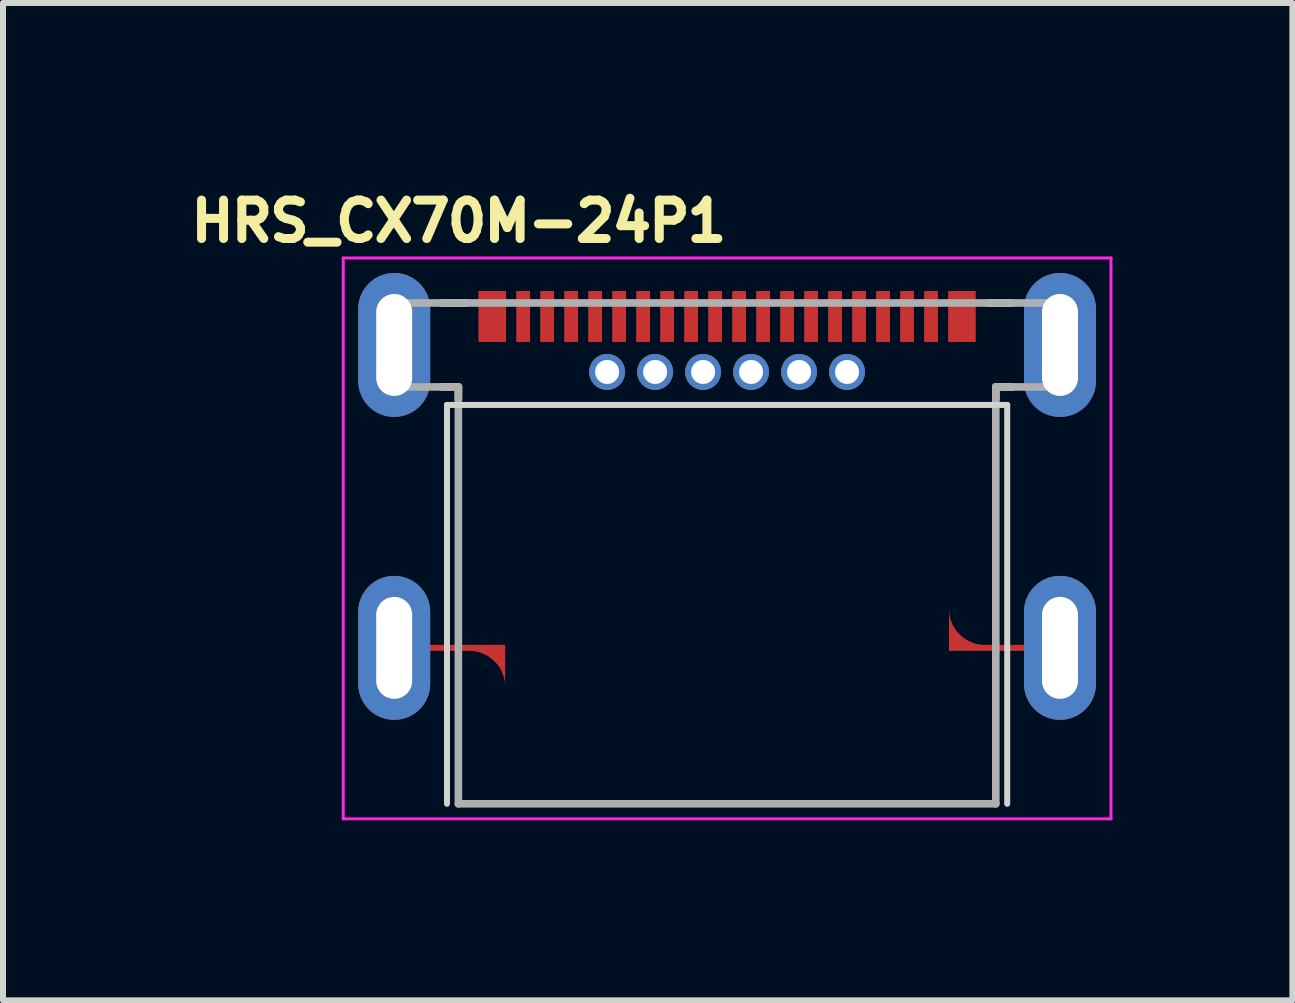
<source format=kicad_pcb>
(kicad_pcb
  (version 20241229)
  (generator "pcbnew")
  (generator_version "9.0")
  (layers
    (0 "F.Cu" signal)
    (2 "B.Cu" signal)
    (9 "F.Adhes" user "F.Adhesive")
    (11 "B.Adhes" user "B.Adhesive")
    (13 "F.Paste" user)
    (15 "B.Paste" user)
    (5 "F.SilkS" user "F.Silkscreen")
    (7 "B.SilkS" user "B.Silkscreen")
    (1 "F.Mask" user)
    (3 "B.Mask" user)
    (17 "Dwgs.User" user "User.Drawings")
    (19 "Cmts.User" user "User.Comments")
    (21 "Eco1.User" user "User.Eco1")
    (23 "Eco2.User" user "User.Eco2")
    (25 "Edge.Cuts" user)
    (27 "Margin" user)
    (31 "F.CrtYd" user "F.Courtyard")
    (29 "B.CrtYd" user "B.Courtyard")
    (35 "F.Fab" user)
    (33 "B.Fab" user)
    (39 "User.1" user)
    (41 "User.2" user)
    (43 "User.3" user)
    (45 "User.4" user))
  (footprint "HRS_CX70M-24P1"
    (layer "F.Cu")
    (at 9.072 7.97)
    (property "Reference" "HRS_CX70M-24P1" (at -4.473 -7.332 0) (layer "F.SilkS") (effects (font (size 0.641 0.641) (thickness 0.15))))
    (attr through_hole)
    (fp_poly (pts (xy -5.607 -1.519) (xy -4.75 -1.519) (xy -4.75 1.083) (xy -5.607 1.083)) (stroke (width 0.01) (type solid)) (fill yes) (layer "F.Mask"))
    (fp_poly (pts (xy 4.75 -1.519) (xy 5.55 -1.519) (xy 5.55 1.081) (xy 4.75 1.081)) (stroke (width 0.01) (type solid)) (fill yes) (layer "F.Mask"))
    (fp_line (start -4.75 -5.969) (end -4.35 -5.969) (stroke (width 0.127) (type solid)) (layer "F.SilkS"))
    (fp_line (start -4.75 -4.569) (end -4.48 -4.569) (stroke (width 0.127) (type solid)) (layer "F.SilkS"))
    (fp_line (start -4.48 -4.569) (end -4.48 -4.369) (stroke (width 0.127) (type solid)) (layer "F.SilkS"))
    (fp_line (start 4.35 -5.969) (end 4.75 -5.969) (stroke (width 0.127) (type solid)) (layer "F.SilkS"))
    (fp_line (start 4.48 -4.569) (end 4.48 -4.369) (stroke (width 0.127) (type solid)) (layer "F.SilkS"))
    (fp_line (start 4.75 -4.569) (end 4.48 -4.569) (stroke (width 0.127) (type solid)) (layer "F.SilkS"))
    (fp_poly (pts (xy -5.55 -1.419) (xy -4.85 -1.419) (xy -4.85 0.981) (xy -5.55 0.981) (xy -5.519 0.98) (xy -5.487 0.978) (xy -5.456 0.974) (xy -5.425 0.968) (xy -5.395 0.961) (xy -5.365 0.952) (xy -5.335 0.941) (xy -5.306 0.929) (xy -5.278 0.916) (xy -5.25 0.901) (xy -5.223 0.884) (xy -5.197 0.866) (xy -5.172 0.847) (xy -5.149 0.827) (xy -5.126 0.805) (xy -5.104 0.782) (xy -5.084 0.759) (xy -5.065 0.734) (xy -5.047 0.708) (xy -5.03 0.681) (xy -5.015 0.653) (xy -5.002 0.625) (xy -4.99 0.596) (xy -4.979 0.566) (xy -4.97 0.536) (xy -4.963 0.506) (xy -4.957 0.475) (xy -4.953 0.444) (xy -4.951 0.412) (xy -4.95 0.381) (xy -4.95 -0.819) (xy -4.951 -0.85) (xy -4.953 -0.882) (xy -4.957 -0.913) (xy -4.963 -0.944) (xy -4.97 -0.974) (xy -4.979 -1.004) (xy -4.99 -1.034) (xy -5.002 -1.063) (xy -5.015 -1.091) (xy -5.03 -1.119) (xy -5.047 -1.146) (xy -5.065 -1.172) (xy -5.084 -1.197) (xy -5.104 -1.22) (xy -5.126 -1.243) (xy -5.149 -1.265) (xy -5.172 -1.285) (xy -5.197 -1.304) (xy -5.223 -1.322) (xy -5.25 -1.339) (xy -5.278 -1.354) (xy -5.306 -1.367) (xy -5.335 -1.379) (xy -5.365 -1.39) (xy -5.395 -1.399) (xy -5.425 -1.406) (xy -5.456 -1.412) (xy -5.487 -1.416) (xy -5.519 -1.418) (xy -5.55 -1.419)) (stroke (width 0.0001) (type solid)) (fill yes) (layer "F.Paste"))
    (fp_poly (pts (xy 5.55 -1.419) (xy 4.85 -1.419) (xy 4.85 0.981) (xy 5.55 0.981) (xy 5.519 0.98) (xy 5.487 0.978) (xy 5.456 0.974) (xy 5.425 0.968) (xy 5.395 0.961) (xy 5.365 0.952) (xy 5.335 0.941) (xy 5.306 0.929) (xy 5.278 0.916) (xy 5.25 0.901) (xy 5.223 0.884) (xy 5.197 0.866) (xy 5.172 0.847) (xy 5.149 0.827) (xy 5.126 0.805) (xy 5.104 0.782) (xy 5.084 0.759) (xy 5.065 0.734) (xy 5.047 0.708) (xy 5.03 0.681) (xy 5.015 0.653) (xy 5.002 0.625) (xy 4.99 0.596) (xy 4.979 0.566) (xy 4.97 0.536) (xy 4.963 0.506) (xy 4.957 0.475) (xy 4.953 0.444) (xy 4.951 0.412) (xy 4.95 0.381) (xy 4.95 -0.819) (xy 4.951 -0.85) (xy 4.953 -0.882) (xy 4.957 -0.913) (xy 4.963 -0.944) (xy 4.97 -0.974) (xy 4.979 -1.004) (xy 4.99 -1.034) (xy 5.002 -1.063) (xy 5.015 -1.091) (xy 5.03 -1.119) (xy 5.047 -1.146) (xy 5.065 -1.172) (xy 5.084 -1.197) (xy 5.104 -1.22) (xy 5.126 -1.243) (xy 5.149 -1.265) (xy 5.172 -1.285) (xy 5.197 -1.304) (xy 5.223 -1.322) (xy 5.25 -1.339) (xy 5.278 -1.354) (xy 5.306 -1.367) (xy 5.335 -1.379) (xy 5.365 -1.39) (xy 5.395 -1.399) (xy 5.425 -1.406) (xy 5.456 -1.412) (xy 5.487 -1.416) (xy 5.519 -1.418) (xy 5.55 -1.419)) (stroke (width 0.0001) (type solid)) (fill yes) (layer "F.Paste"))
    (fp_line (start -4.67 -4.269) (end 4.67 -4.269) (stroke (width 0.1) (type solid)) (layer "Edge.Cuts"))
    (fp_line (start -4.67 2.381) (end -4.67 -4.269) (stroke (width 0.1) (type solid)) (layer "Edge.Cuts"))
    (fp_line (start 4.67 -4.269) (end 4.67 2.381) (stroke (width 0.1) (type solid)) (layer "Edge.Cuts"))
    (fp_line (start -6.4 -6.719) (end 6.4 -6.719) (stroke (width 0.05) (type solid)) (layer "F.CrtYd"))
    (fp_line (start -6.4 2.631) (end -6.4 -6.719) (stroke (width 0.05) (type solid)) (layer "F.CrtYd"))
    (fp_line (start 6.4 -6.719) (end 6.4 2.631) (stroke (width 0.05) (type solid)) (layer "F.CrtYd"))
    (fp_line (start 6.4 2.631) (end -6.4 2.631) (stroke (width 0.05) (type solid)) (layer "F.CrtYd"))
    (fp_line (start -5.7 -5.969) (end -5.7 -4.569) (stroke (width 0.127) (type solid)) (layer "F.Fab"))
    (fp_line (start -5.7 -5.969) (end 5.7 -5.969) (stroke (width 0.127) (type solid)) (layer "F.Fab"))
    (fp_line (start -5.7 -4.569) (end -4.48 -4.569) (stroke (width 0.127) (type solid)) (layer "F.Fab"))
    (fp_line (start -4.48 2.381) (end -4.48 -4.569) (stroke (width 0.127) (type solid)) (layer "F.Fab"))
    (fp_line (start 4.48 -4.569) (end 4.48 2.381) (stroke (width 0.127) (type solid)) (layer "F.Fab"))
    (fp_line (start 4.48 -4.569) (end 5.7 -4.569) (stroke (width 0.127) (type solid)) (layer "F.Fab"))
    (fp_line (start 4.48 2.381) (end -4.48 2.381) (stroke (width 0.127) (type solid)) (layer "F.Fab"))
    (fp_line (start 5.7 -5.969) (end 5.7 -4.569) (stroke (width 0.127) (type solid)) (layer "F.Fab"))
    (pad "A1" smd rect (at -2.2 -5.744 90) (size 0.85 0.23) (layers "F.Cu" "F.Mask" "F.Paste"))
    (pad "A2" smd rect (at -1.8 -5.744 90) (size 0.85 0.23) (layers "F.Cu" "F.Mask" "F.Paste"))
    (pad "A3" smd rect (at -1.4 -5.744 90) (size 0.85 0.23) (layers "F.Cu" "F.Mask" "F.Paste"))
    (pad "A4" smd rect (at -1 -5.744 90) (size 0.85 0.23) (layers "F.Cu" "F.Mask" "F.Paste"))
    (pad "A5" smd rect (at -0.6 -5.744 90) (size 0.85 0.23) (layers "F.Cu" "F.Mask" "F.Paste"))
    (pad "A6" smd rect (at -0.2 -5.744 90) (size 0.85 0.23) (layers "F.Cu" "F.Mask" "F.Paste"))
    (pad "A7" smd rect (at 0.2 -5.744 90) (size 0.85 0.23) (layers "F.Cu" "F.Mask" "F.Paste"))
    (pad "A8" smd rect (at 0.6 -5.744 90) (size 0.85 0.23) (layers "F.Cu" "F.Mask" "F.Paste"))
    (pad "A9" smd rect (at 1 -5.744 90) (size 0.85 0.23) (layers "F.Cu" "F.Mask" "F.Paste"))
    (pad "A10" smd rect (at 1.4 -5.744 90) (size 0.85 0.23) (layers "F.Cu" "F.Mask" "F.Paste"))
    (pad "A11" smd rect (at 1.8 -5.744 90) (size 0.85 0.23) (layers "F.Cu" "F.Mask" "F.Paste"))
    (pad "A12" smd rect (at 2.2 -5.744 90) (size 0.85 0.23) (layers "F.Cu" "F.Mask" "F.Paste"))
    (pad "B1" smd rect (at 3.4 -5.744 90) (size 0.85 0.23) (layers "F.Cu" "F.Mask" "F.Paste"))
    (pad "B2" smd rect (at 3 -5.744 90) (size 0.85 0.23) (layers "F.Cu" "F.Mask" "F.Paste"))
    (pad "B3" smd rect (at 2.6 -5.744 90) (size 0.85 0.23) (layers "F.Cu" "F.Mask" "F.Paste"))
    (pad "B4" thru_hole circle (at 2 -4.819) (size 0.6 0.6) (drill 0.4) (layers "*.Cu" "*.Mask"))
    (pad "B5" thru_hole circle (at 1.2 -4.819) (size 0.6 0.6) (drill 0.4) (layers "*.Cu" "*.Mask"))
    (pad "B6" thru_hole circle (at 0.4 -4.819) (size 0.6 0.6) (drill 0.4) (layers "*.Cu" "*.Mask"))
    (pad "B7" thru_hole circle (at -0.4 -4.819) (size 0.6 0.6) (drill 0.4) (layers "*.Cu" "*.Mask"))
    (pad "B8" thru_hole circle (at -1.2 -4.819) (size 0.6 0.6) (drill 0.4) (layers "*.Cu" "*.Mask"))
    (pad "B9" thru_hole circle (at -2 -4.819) (size 0.6 0.6) (drill 0.4) (layers "*.Cu" "*.Mask"))
    (pad "B10" smd rect (at -2.6 -5.744 90) (size 0.85 0.23) (layers "F.Cu" "F.Mask" "F.Paste"))
    (pad "B11" smd rect (at -3 -5.744 90) (size 0.85 0.23) (layers "F.Cu" "F.Mask" "F.Paste"))
    (pad "B12" smd rect (at -3.4 -5.744 90) (size 0.85 0.23) (layers "F.Cu" "F.Mask" "F.Paste"))
    (pad "S1" thru_hole oval (at -5.55 -5.269) (size 1.2 2.4) (drill oval 0.6 1.7) (layers "*.Cu" "*.Mask"))
    (pad "S2" smd rect (at -3.915 -5.744 90) (size 0.85 0.46) (layers "F.Cu" "F.Mask" "F.Paste"))
    (pad "S3" smd rect (at 3.915 -5.744 90) (size 0.85 0.46) (layers "F.Cu" "F.Mask" "F.Paste"))
    (pad "S4" thru_hole oval (at 5.55 -5.269) (size 1.2 2.4) (drill oval 0.6 1.7) (layers "*.Cu" "*.Mask"))
    (pad "S5" thru_hole oval (at -5.55 -0.219) (size 1.2 2.4) (drill oval 0.6 1.7) (layers "*.Cu" "*.Mask"))
    (pad "S5.1" smd custom (at -4.9 -0.219 90) (size 0.1 0.1) (layers "F.Cu") (options (anchor rect)) (primitives (gr_poly (pts (xy -0.65 -1.2) (xy 0.05 -1.2) (xy 0.05 1.2) (xy -0.65 1.2) (xy -0.619 1.199) (xy -0.587 1.197) (xy -0.556 1.193) (xy -0.525 1.187) (xy -0.495 1.18) (xy -0.465 1.171) (xy -0.435 1.16) (xy -0.406 1.148) (xy -0.378 1.135) (xy -0.35 1.12) (xy -0.323 1.103) (xy -0.297 1.085) (xy -0.272 1.066) (xy -0.249 1.046) (xy -0.226 1.024) (xy -0.204 1.001) (xy -0.184 0.978) (xy -0.165 0.953) (xy -0.147 0.927) (xy -0.13 0.9) (xy -0.115 0.872) (xy -0.102 0.844) (xy -0.09 0.815) (xy -0.079 0.785) (xy -0.07 0.755) (xy -0.063 0.725) (xy -0.057 0.694) (xy -0.053 0.663) (xy -0.051 0.631) (xy -0.05 0.6) (xy -0.05 -0.6) (xy -0.051 -0.631) (xy -0.053 -0.663) (xy -0.057 -0.694) (xy -0.063 -0.725) (xy -0.07 -0.755) (xy -0.079 -0.785) (xy -0.09 -0.815) (xy -0.102 -0.844) (xy -0.115 -0.872) (xy -0.13 -0.9) (xy -0.147 -0.927) (xy -0.165 -0.953) (xy -0.184 -0.978) (xy -0.204 -1.001) (xy -0.226 -1.024) (xy -0.249 -1.046) (xy -0.272 -1.066) (xy -0.297 -1.085) (xy -0.323 -1.103) (xy -0.35 -1.12) (xy -0.378 -1.135) (xy -0.406 -1.148) (xy -0.435 -1.16) (xy -0.465 -1.171) (xy -0.495 -1.18) (xy -0.525 -1.187) (xy -0.556 -1.193) (xy -0.587 -1.197) (xy -0.619 -1.199) (xy -0.65 -1.2)) (width 0.0001) (fill yes))))
    (pad "S6" thru_hole oval (at 5.55 -0.219) (size 1.2 2.4) (drill oval 0.6 1.7) (layers "*.Cu" "*.Mask"))
    (pad "S6.1" smd custom (at 4.9 -0.219 90) (size 0.1 0.1) (layers "F.Cu") (options (anchor rect)) (primitives (gr_poly (pts (xy 0.65 -1.2) (xy -0.05 -1.2) (xy -0.05 1.2) (xy 0.65 1.2) (xy 0.619 1.199) (xy 0.587 1.197) (xy 0.556 1.193) (xy 0.525 1.187) (xy 0.495 1.18) (xy 0.465 1.171) (xy 0.435 1.16) (xy 0.406 1.148) (xy 0.378 1.135) (xy 0.35 1.12) (xy 0.323 1.103) (xy 0.297 1.085) (xy 0.272 1.066) (xy 0.249 1.046) (xy 0.226 1.024) (xy 0.204 1.001) (xy 0.184 0.978) (xy 0.165 0.953) (xy 0.147 0.927) (xy 0.13 0.9) (xy 0.115 0.872) (xy 0.102 0.844) (xy 0.09 0.815) (xy 0.079 0.785) (xy 0.07 0.755) (xy 0.063 0.725) (xy 0.057 0.694) (xy 0.053 0.663) (xy 0.051 0.631) (xy 0.05 0.6) (xy 0.05 -0.6) (xy 0.051 -0.631) (xy 0.053 -0.663) (xy 0.057 -0.694) (xy 0.063 -0.725) (xy 0.07 -0.755) (xy 0.079 -0.785) (xy 0.09 -0.815) (xy 0.102 -0.844) (xy 0.115 -0.872) (xy 0.13 -0.9) (xy 0.147 -0.927) (xy 0.165 -0.953) (xy 0.184 -0.978) (xy 0.204 -1.001) (xy 0.226 -1.024) (xy 0.249 -1.046) (xy 0.272 -1.066) (xy 0.297 -1.085) (xy 0.323 -1.103) (xy 0.35 -1.12) (xy 0.378 -1.135) (xy 0.406 -1.148) (xy 0.435 -1.16) (xy 0.465 -1.171) (xy 0.495 -1.18) (xy 0.525 -1.187) (xy 0.556 -1.193) (xy 0.587 -1.197) (xy 0.619 -1.199) (xy 0.65 -1.2)) (width 0.0001) (fill yes)))))
  (gr_rect
    (start -3 -3)
    (end 18.497 13.627)
    (stroke (width 0.1) (type default))
    (fill no)
    (layer "Edge.Cuts")))
</source>
